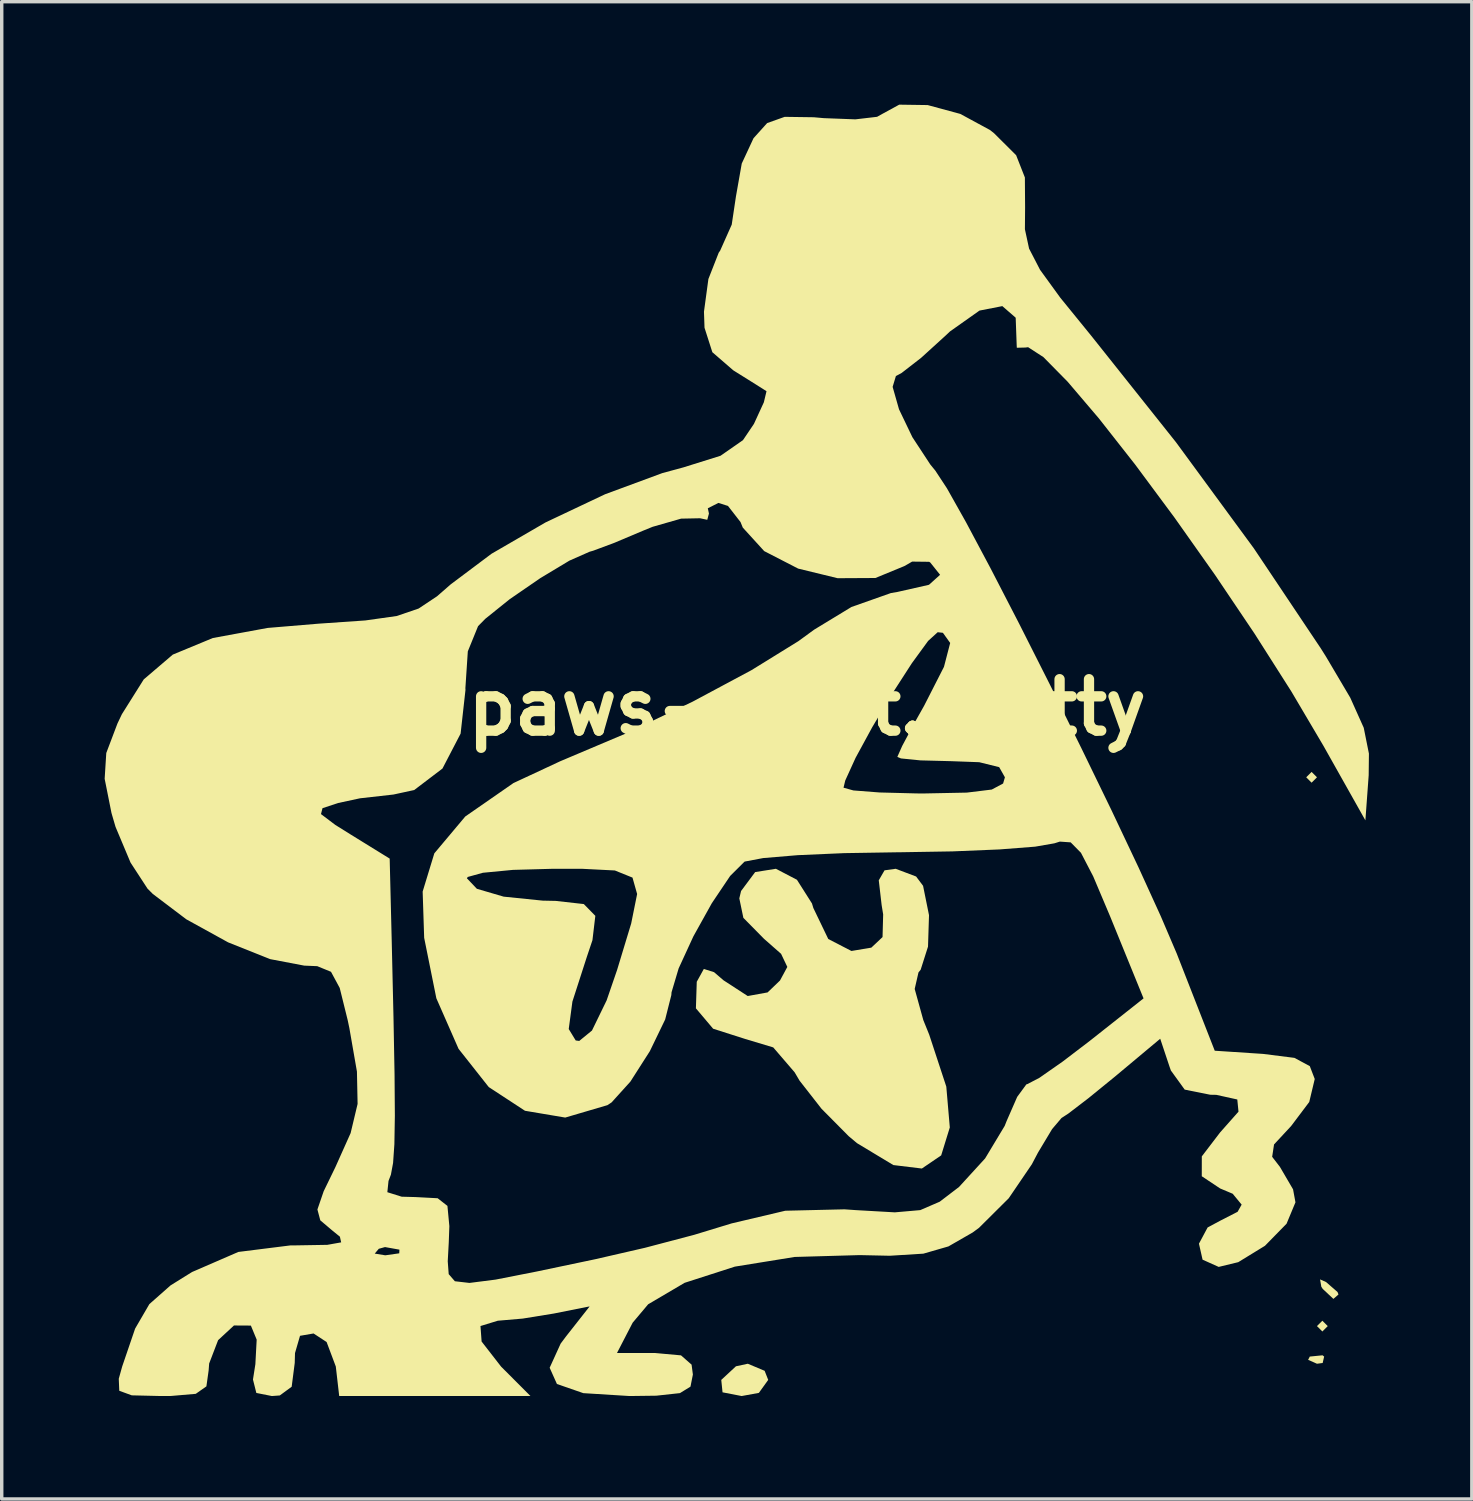
<source format=kicad_pcb>
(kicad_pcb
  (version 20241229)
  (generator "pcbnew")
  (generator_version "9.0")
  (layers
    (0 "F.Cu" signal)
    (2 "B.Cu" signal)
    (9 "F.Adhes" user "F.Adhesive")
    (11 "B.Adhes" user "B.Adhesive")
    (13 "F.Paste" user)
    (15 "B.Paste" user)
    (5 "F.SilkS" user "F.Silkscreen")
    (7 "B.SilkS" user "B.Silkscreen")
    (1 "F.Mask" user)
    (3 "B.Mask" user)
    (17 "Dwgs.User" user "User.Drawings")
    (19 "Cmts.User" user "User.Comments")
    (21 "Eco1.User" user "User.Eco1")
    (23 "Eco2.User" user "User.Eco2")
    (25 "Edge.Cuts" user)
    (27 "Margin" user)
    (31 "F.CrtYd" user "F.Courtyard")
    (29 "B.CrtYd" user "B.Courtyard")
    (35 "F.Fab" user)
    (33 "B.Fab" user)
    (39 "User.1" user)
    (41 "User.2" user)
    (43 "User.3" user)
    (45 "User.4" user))
  (footprint "heidi-paws-right.pretty"
    (layer "F.Cu")
    (at 16.828 17.564)
    (property "Reference" "heidi-paws-right.pretty" (at 0 0 0) (layer "F.SilkS") (effects (font (size 1.5 1.5) (thickness 0.3))))
    (attr board_only exclude_from_pos_files exclude_from_bom)
    (fp_poly (pts (xy 18.501 2.038) (xy 18.344 2.195) (xy 18.188 2.038) (xy 18.344 1.881)) (stroke (width 0) (type solid)) (fill yes) (layer "F.SilkS"))
    (fp_poly (pts (xy 18.815 18.031) (xy 18.658 18.188) (xy 18.501 18.031) (xy 18.658 17.874)) (stroke (width 0) (type solid)) (fill yes) (layer "F.SilkS"))
    (fp_poly (pts (xy 18.71 18.919) (xy 18.667 19.106) (xy 18.501 19.128) (xy 18.243 19.014) (xy 18.292 18.919) (xy 18.664 18.882)) (stroke (width 0) (type solid)) (fill yes) (layer "F.SilkS"))
    (fp_poly (pts (xy 18.766 16.747) (xy 19.1 17.038) (xy 19.128 17.109) (xy 18.98 17.238) (xy 18.67 16.949) (xy 18.628 16.885) (xy 18.591 16.67)) (stroke (width 0) (type solid)) (fill yes) (layer "F.SilkS"))
    (fp_poly (pts (xy 2.405 19.334) (xy 2.509 19.599) (xy 2.237 19.977) (xy 1.735 20.069) (xy 1.178 19.961) (xy 1.141 19.599) (xy 1.569 19.202) (xy 1.915 19.128)) (stroke (width 0) (type solid)) (fill yes) (layer "F.SilkS"))
    (fp_poly (pts (xy 6.819 4.929) (xy 7.022 5.2) (xy 7.195 6.056) (xy 7.166 6.972) (xy 6.952 7.645) (xy 6.888 7.725) (xy 6.778 8.206) (xy 7.029 9.113) (xy 7.201 9.538) (xy 7.699 11.052) (xy 7.801 12.242) (xy 7.55 13.056) (xy 6.987 13.439) (xy 6.155 13.338) (xy 5.097 12.7) (xy 4.855 12.497) (xy 4.063 11.698) (xy 3.423 10.879) (xy 3.279 10.635) (xy 2.655 9.909) (xy 1.837 9.663) (xy 0.904 9.365) (xy 0.402 8.771) (xy 0.427 7.996) (xy 0.633 7.623) (xy 0.931 7.717) (xy 1.207 7.954) (xy 1.912 8.412) (xy 2.491 8.307) (xy 2.853 7.959) (xy 3.066 7.564) (xy 2.884 7.182) (xy 2.387 6.745) (xy 1.785 6.134) (xy 1.667 5.566) (xy 1.718 5.352) (xy 2.129 4.8) (xy 2.733 4.704) (xy 3.346 5.024) (xy 3.784 5.714) (xy 3.824 5.846) (xy 4.259 6.75) (xy 4.934 7.099) (xy 5.514 7.002) (xy 5.841 6.694) (xy 5.859 6.034) (xy 5.814 5.757) (xy 5.731 5.04) (xy 5.899 4.749) (xy 6.224 4.704)) (stroke (width 0) (type solid)) (fill yes) (layer "F.SilkS"))
    (fp_poly (pts (xy 7.156 -17.552) (xy 8.108 -17.294) (xy 8.974 -16.824) (xy 9.091 -16.731) (xy 9.734 -16.091) (xy 9.989 -15.442) (xy 9.995 -14.576) (xy 9.99 -13.932) (xy 10.111 -13.37) (xy 10.431 -12.751) (xy 11.021 -11.938) (xy 11.953 -10.792) (xy 11.962 -10.78) (xy 14.392 -7.727) (xy 16.661 -4.635) (xy 18.616 -1.714) (xy 18.769 -1.47) (xy 19.471 -0.282) (xy 19.864 0.595) (xy 20.015 1.348) (xy 20.008 1.979) (xy 19.912 3.293) (xy 18.688 1.118) (xy 17.755 -0.462) (xy 16.683 -2.147) (xy 15.529 -3.861) (xy 14.35 -5.529) (xy 13.204 -7.074) (xy 12.147 -8.419) (xy 11.236 -9.489) (xy 10.529 -10.207) (xy 10.083 -10.496) (xy 10.003 -10.486) (xy 9.754 -10.48) (xy 9.75 -10.56) (xy 9.721 -11.355) (xy 9.332 -11.693) (xy 8.666 -11.563) (xy 7.806 -10.955) (xy 7.68 -10.836) (xy 6.965 -10.186) (xy 6.398 -9.746) (xy 6.23 -9.655) (xy 6.135 -9.34) (xy 6.321 -8.686) (xy 6.711 -7.873) (xy 7.232 -7.079) (xy 7.379 -6.899) (xy 7.718 -6.383) (xy 8.271 -5.4) (xy 8.99 -4.05) (xy 9.824 -2.435) (xy 10.722 -0.656) (xy 11.634 1.187) (xy 12.51 2.992) (xy 13.299 4.66) (xy 13.95 6.088) (xy 14.415 7.176) (xy 14.454 7.276) (xy 15.522 10.006) (xy 16.933 10.099) (xy 17.843 10.214) (xy 18.292 10.455) (xy 18.436 10.83) (xy 18.276 11.5) (xy 17.747 12.202) (xy 17.25 12.737) (xy 17.195 13.098) (xy 17.42 13.389) (xy 17.804 14.045) (xy 17.874 14.424) (xy 17.615 15.047) (xy 16.985 15.691) (xy 16.207 16.168) (xy 15.637 16.306) (xy 15.167 16.095) (xy 15.062 15.629) (xy 15.314 15.157) (xy 15.679 14.961) (xy 16.188 14.7) (xy 16.306 14.491) (xy 16.045 14.174) (xy 15.679 14.02) (xy 15.144 13.664) (xy 15.145 13.085) (xy 15.679 12.386) (xy 16.214 11.782) (xy 16.179 11.427) (xy 15.568 11.292) (xy 15.392 11.289) (xy 14.646 11.139) (xy 14.244 10.583) (xy 14.205 10.473) (xy 13.933 9.657) (xy 12.614 10.76) (xy 11.839 11.391) (xy 11.256 11.837) (xy 11.056 11.967) (xy 10.782 12.29) (xy 10.37 12.977) (xy 10.191 13.317) (xy 9.518 14.306) (xy 8.652 15.167) (xy 8.467 15.303) (xy 7.761 15.709) (xy 7.031 15.92) (xy 6.051 15.981) (xy 5.174 15.962) (xy 3.28 16.016) (xy 1.537 16.298) (xy 0.072 16.77) (xy -0.989 17.395) (xy -1.441 17.932) (xy -1.898 18.815) (xy -0.792 18.815) (xy -0.032 18.884) (xy 0.276 19.154) (xy 0.314 19.442) (xy 0.244 19.795) (xy -0.063 19.984) (xy -0.751 20.059) (xy -1.53 20.069) (xy -2.879 19.985) (xy -3.648 19.718) (xy -3.86 19.245) (xy -3.54 18.542) (xy -3.387 18.337) (xy -2.695 17.457) (xy -3.739 17.665) (xy -4.645 17.812) (xy -5.366 17.874) (xy -5.37 17.874) (xy -5.876 18.029) (xy -5.843 18.481) (xy -5.274 19.213) (xy -5.188 19.299) (xy -4.419 20.069) (xy -7.206 20.069) (xy -9.993 20.069) (xy -10.092 19.209) (xy -10.36 18.495) (xy -10.74 18.246) (xy -11.135 18.314) (xy -11.281 18.817) (xy -11.289 19.105) (xy -11.378 19.798) (xy -11.724 20.052) (xy -11.955 20.069) (xy -12.408 19.979) (xy -12.506 19.588) (xy -12.436 19.141) (xy -12.398 18.425) (xy -12.567 18.016) (xy -13.06 18.013) (xy -13.522 18.441) (xy -13.783 19.122) (xy -13.798 19.324) (xy -13.863 19.787) (xy -14.173 20.005) (xy -14.895 20.067) (xy -15.187 20.069) (xy -16.038 20.049) (xy -16.402 19.916) (xy -16.417 19.565) (xy -16.317 19.207) (xy -15.94 18.103) (xy -15.525 17.39) (xy -14.908 16.845) (xy -14.282 16.455) (xy -13.043 15.918) (xy -8.958 15.918) (xy -8.65 15.968) (xy -8.243 15.91) (xy -8.238 15.803) (xy -8.658 15.728) (xy -8.839 15.778) (xy -8.958 15.918) (xy -13.043 15.918) (xy -12.933 15.87) (xy -11.42 15.68) (xy -11.28 15.679) (xy -10.34 15.663) (xy -9.936 15.591) (xy -9.973 15.425) (xy -10.202 15.239) (xy -10.544 14.949) (xy -10.628 14.633) (xy -10.445 14.1) (xy -10.106 13.402) (xy -9.66 12.406) (xy -9.457 11.556) (xy -9.476 10.615) (xy -9.697 9.346) (xy -9.747 9.109) (xy -9.978 8.177) (xy -10.232 7.706) (xy -10.633 7.542) (xy -11.012 7.526) (xy -12.005 7.337) (xy -13.23 6.848) (xy -14.449 6.176) (xy -15.425 5.437) (xy -15.578 5.284) (xy -16.074 4.523) (xy -16.511 3.483) (xy -16.62 3.11) (xy -10.524 3.11) (xy -10.107 3.425) (xy -9.659 3.705) (xy -8.522 4.407) (xy -8.462 6.829) (xy -8.411 9.034) (xy -8.38 10.696) (xy -8.371 11.901) (xy -8.385 12.733) (xy -8.423 13.277) (xy -8.486 13.617) (xy -8.556 13.801) (xy -8.59 14.129) (xy -8.172 14.26) (xy -7.766 14.271) (xy -7.124 14.305) (xy -6.839 14.528) (xy -6.783 15.117) (xy -6.8 15.589) (xy -6.83 16.142) (xy -6.802 16.517) (xy -6.622 16.724) (xy -6.197 16.773) (xy -5.436 16.676) (xy -4.245 16.442) (xy -2.531 16.082) (xy -2.509 16.077) (xy -1.083 15.749) (xy 0.355 15.37) (xy 1.444 15.038) (xy 3.007 14.669) (xy 4.731 14.628) (xy 5.06 14.651) (xy 6.199 14.716) (xy 6.94 14.651) (xy 7.507 14.406) (xy 8.07 13.976) (xy 8.83 13.145) (xy 9.401 12.196) (xy 9.456 12.057) (xy 9.765 11.351) (xy 10.031 10.988) (xy 10.069 10.975) (xy 10.413 10.795) (xy 11.089 10.323) (xy 11.869 9.728) (xy 13.447 8.481) (xy 12.476 6.098) (xy 11.98 4.925) (xy 11.623 4.238) (xy 11.324 3.934) (xy 11.008 3.912) (xy 10.849 3.962) (xy 10.29 4.059) (xy 9.252 4.14) (xy 7.88 4.197) (xy 6.321 4.223) (xy 6.272 4.223) (xy 4.724 4.248) (xy 3.373 4.307) (xy 2.361 4.392) (xy 1.828 4.493) (xy 1.817 4.498) (xy 1.4 4.913) (xy 0.866 5.707) (xy 0.328 6.674) (xy -0.101 7.607) (xy -0.308 8.303) (xy -0.314 8.384) (xy -0.494 9.096) (xy -0.94 10.019) (xy -1.508 10.907) (xy -2.055 11.512) (xy -2.175 11.592) (xy -3.406 11.954) (xy -4.579 11.756) (xy -5.635 11.065) (xy -6.515 9.951) (xy -7.162 8.478) (xy -7.517 6.716) (xy -7.561 5.368) (xy -7.443 4.981) (xy -6.272 4.981) (xy -5.981 5.287) (xy -5.2 5.516) (xy -4.064 5.632) (xy -3.685 5.64) (xy -2.865 5.732) (xy -2.529 6.075) (xy -2.613 6.785) (xy -2.776 7.27) (xy -3.197 8.574) (xy -3.304 9.374) (xy -3.101 9.707) (xy -2.998 9.721) (xy -2.627 9.418) (xy -2.2 8.54) (xy -1.894 7.65) (xy -1.484 6.298) (xy -1.311 5.439) (xy -1.446 4.961) (xy -1.96 4.753) (xy -2.924 4.704) (xy -3.763 4.704) (xy -4.928 4.736) (xy -5.805 4.82) (xy -6.246 4.942) (xy -6.272 4.981) (xy -7.443 4.981) (xy -7.221 4.254) (xy -6.319 3.18) (xy -5.11 2.341) (xy 4.704 2.341) (xy 4.992 2.421) (xy 5.754 2.48) (xy 6.836 2.508) (xy 7.056 2.509) (xy 8.296 2.484) (xy 9.024 2.395) (xy 9.354 2.219) (xy 9.407 2.038) (xy 9.24 1.742) (xy 8.658 1.598) (xy 7.84 1.568) (xy 6.945 1.545) (xy 6.377 1.488) (xy 6.272 1.443) (xy 6.414 1.123) (xy 6.777 0.443) (xy 7.052 -0.046) (xy 7.631 -1.181) (xy 7.812 -1.877) (xy 7.6 -2.173) (xy 7.448 -2.19) (xy 7.169 -1.936) (xy 6.695 -1.286) (xy 6.12 -0.395) (xy 5.542 0.576) (xy 5.055 1.471) (xy 4.754 2.132) (xy 4.704 2.341) (xy -5.11 2.341) (xy -4.916 2.206) (xy -3.556 1.572) (xy -1.611 0.749) (xy 0.304 -0.165) (xy 2.024 -1.086) (xy 3.388 -1.929) (xy 3.847 -2.264) (xy 4.934 -2.925) (xy 6.084 -3.331) (xy 6.277 -3.364) (xy 7.194 -3.572) (xy 7.518 -3.863) (xy 7.233 -4.22) (xy 7.199 -4.242) (xy 6.704 -4.248) (xy 6.478 -4.118) (xy 5.633 -3.77) (xy 4.532 -3.764) (xy 3.382 -4.044) (xy 2.392 -4.554) (xy 1.768 -5.239) (xy 1.703 -5.399) (xy 1.337 -5.87) (xy 1.058 -5.958) (xy 0.749 -5.802) (xy 0.782 -5.648) (xy 0.733 -5.466) (xy 0.523 -5.511) (xy -0.029 -5.5) (xy -0.859 -5.262) (xy -1.139 -5.148) (xy -1.977 -4.794) (xy -2.589 -4.566) (xy -2.695 -4.536) (xy -3.284 -4.276) (xy -4.134 -3.765) (xy -5.025 -3.152) (xy -5.733 -2.583) (xy -5.946 -2.367) (xy -6.245 -1.632) (xy -6.316 -0.557) (xy -6.313 -0.51) (xy -6.455 0.765) (xy -6.984 1.783) (xy -7.807 2.409) (xy -8.411 2.54) (xy -9.387 2.65) (xy -10.023 2.787) (xy -10.48 2.938) (xy -10.524 3.11) (xy -16.62 3.11) (xy -16.631 3.07) (xy -16.828 2.082) (xy -16.781 1.33) (xy -16.455 0.47) (xy -16.326 0.199) (xy -15.689 -0.815) (xy -14.842 -1.538) (xy -13.675 -2.021) (xy -12.078 -2.315) (xy -10.594 -2.439) (xy -9.231 -2.533) (xy -8.318 -2.662) (xy -7.681 -2.879) (xy -7.142 -3.237) (xy -6.743 -3.585) (xy -5.555 -4.476) (xy -3.981 -5.389) (xy -2.246 -6.21) (xy -0.577 -6.827) (xy 0.039 -6.994) (xy 1.119 -7.332) (xy 1.773 -7.787) (xy 2.093 -8.261) (xy 2.382 -8.89) (xy 2.459 -9.212) (xy 2.453 -9.218) (xy 2.145 -9.413) (xy 1.534 -9.795) (xy 1.49 -9.823) (xy 0.881 -10.35) (xy 0.653 -11.063) (xy 0.637 -11.531) (xy 0.766 -12.483) (xy 1.067 -13.251) (xy 1.108 -13.309) (xy 1.446 -14.068) (xy 1.568 -14.885) (xy 1.738 -15.848) (xy 2.081 -16.586) (xy 2.478 -17.027) (xy 2.989 -17.209) (xy 3.838 -17.197) (xy 4.129 -17.171) (xy 5.049 -17.136) (xy 5.682 -17.21) (xy 5.829 -17.292) (xy 6.327 -17.564)) (stroke (width 0) (type solid)) (fill yes) (layer "F.SilkS")))
  (gr_rect
    (start -3 -3)
    (end 39.842 40.633)
    (stroke (width 0.1) (type default))
    (fill no)
    (layer "Edge.Cuts")))
</source>
